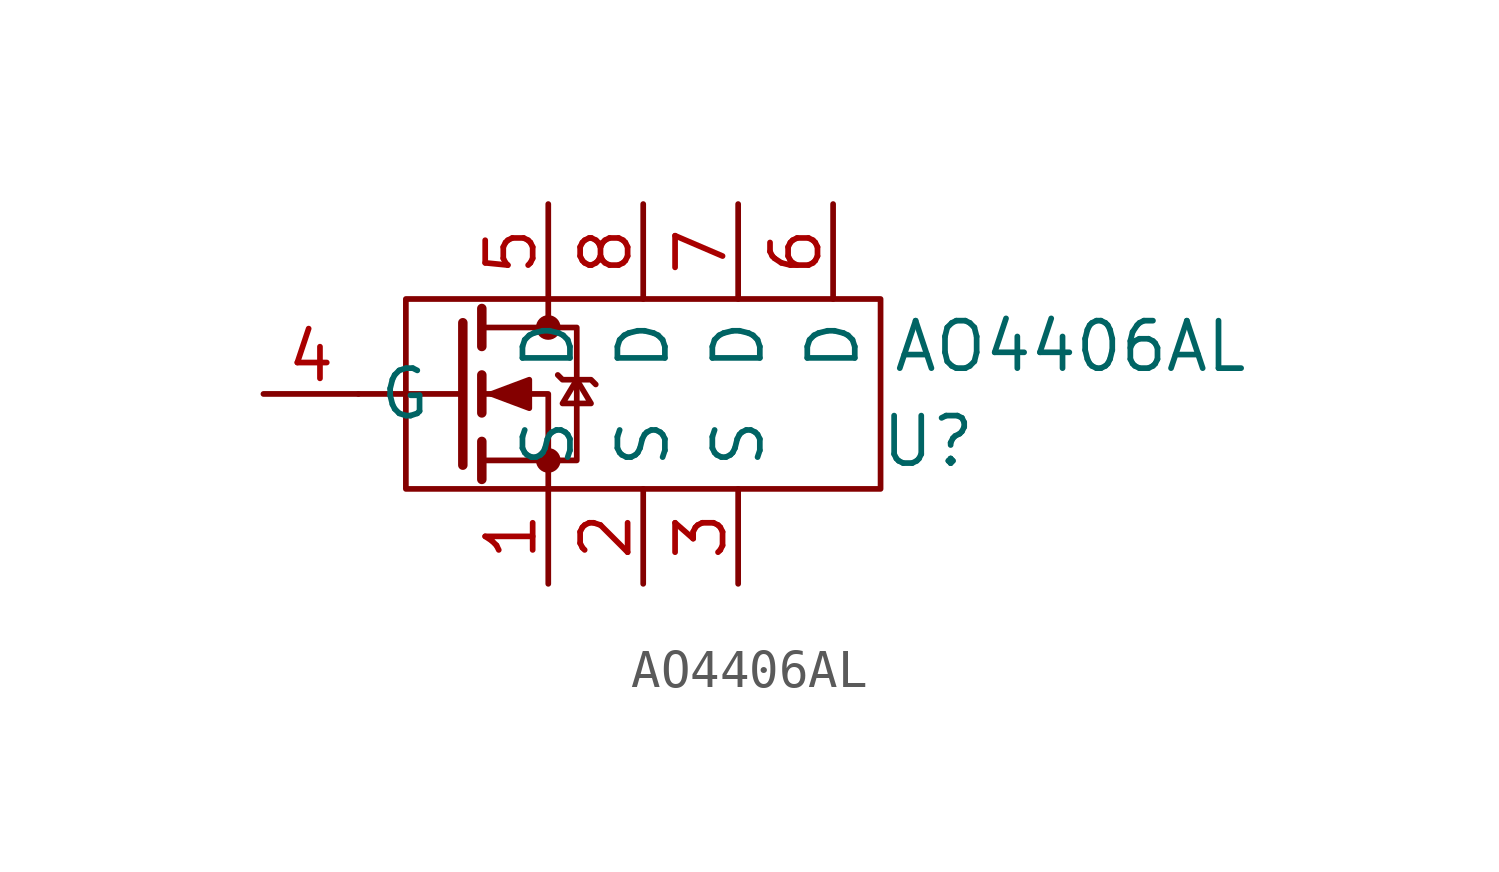
<source format=kicad_sym>
(kicad_symbol_lib
  (version 20220102)
  (generator kicad_symbol_editor)
  (symbol "AO4406AL"
    (property "Reference" "U"
      (at 11.43 -1.27 0)
      (effects (font (size 1.27 1.27))))
    (property "Value" "AO4406AL"
      (at 15.24 1.27 0)
      (effects (font (size 1.27 1.27))))
    (symbol "AO4406AL_0_1"
      (rectangle (start -2.54 2.54) (end 10.16 -2.54) (stroke (width 0) (type default)) (fill (type none)))
      (polyline (pts (xy -1.016 0) (xy -3.81 0)) (stroke (width 0) (type default)) (fill (type none)))
      (polyline (pts (xy -1.016 1.905) (xy -1.016 -1.905)) (stroke (width 0.254) (type default)) (fill (type none)))
      (polyline (pts (xy -0.508 -1.27) (xy -0.508 -2.286)) (stroke (width 0.254) (type default)) (fill (type none)))
      (polyline (pts (xy -0.508 0.508) (xy -0.508 -0.508)) (stroke (width 0.254) (type default)) (fill (type none)))
      (polyline (pts (xy -0.508 2.286) (xy -0.508 1.27)) (stroke (width 0.254) (type default)) (fill (type none)))
      (polyline (pts (xy 1.27 2.54) (xy 1.27 1.778)) (stroke (width 0) (type default)) (fill (type none)))
      (polyline (pts (xy 1.27 -2.54) (xy 1.27 0) (xy -0.508 0)) (stroke (width 0) (type default)) (fill (type none)))
      (polyline (pts (xy -0.508 -1.778) (xy 2.032 -1.778) (xy 2.032 1.778) (xy -0.508 1.778)) (stroke (width 0) (type default)) (fill (type none)))
      (polyline (pts (xy -0.254 0) (xy 0.762 0.381) (xy 0.762 -0.381) (xy -0.254 0)) (stroke (width 0) (type default)) (fill (type outline)))
      (polyline (pts (xy 1.524 0.508) (xy 1.651 0.381) (xy 2.413 0.381) (xy 2.54 0.254)) (stroke (width 0) (type default)) (fill (type none)))
      (polyline (pts (xy 2.032 0.381) (xy 1.651 -0.254) (xy 2.413 -0.254) (xy 2.032 0.381)) (stroke (width 0) (type default)) (fill (type none)))
      (circle (center 1.27 -1.778) (radius 0.254) (stroke (width 0) (type default)) (fill (type outline)))
      (circle (center 1.27 1.778) (radius 0.254) (stroke (width 0) (type default)) (fill (type outline))))
    (symbol "AO4406AL_1_1"
      (pin passive line (at 1.27 -5.08 90) (length 2.54) (name "S" (effects (font (size 1.27 1.27)))) (number "1" (effects (font (size 1.27 1.27)))))
      (pin passive line (at 3.81 -5.08 90) (length 2.54) (name "S" (effects (font (size 1.27 1.27)))) (number "2" (effects (font (size 1.27 1.27)))))
      (pin passive line (at 6.35 -5.08 90) (length 2.54) (name "S" (effects (font (size 1.27 1.27)))) (number "3" (effects (font (size 1.27 1.27)))))
      (pin input line (at -6.35 0 0) (length 2.54) (name "G" (effects (font (size 1.27 1.27)))) (number "4" (effects (font (size 1.27 1.27)))))
      (pin passive line (at 1.27 5.08 270) (length 2.54) (name "D" (effects (font (size 1.27 1.27)))) (number "5" (effects (font (size 1.27 1.27)))))
      (pin passive line (at 8.89 5.08 270) (length 2.54) (name "D" (effects (font (size 1.27 1.27)))) (number "6" (effects (font (size 1.27 1.27)))))
      (pin passive line (at 6.35 5.08 270) (length 2.54) (name "D" (effects (font (size 1.27 1.27)))) (number "7" (effects (font (size 1.27 1.27)))))
      (pin passive line (at 3.81 5.08 270) (length 2.54) (name "D" (effects (font (size 1.27 1.27)))) (number "8" (effects (font (size 1.27 1.27))))))))
</source>
